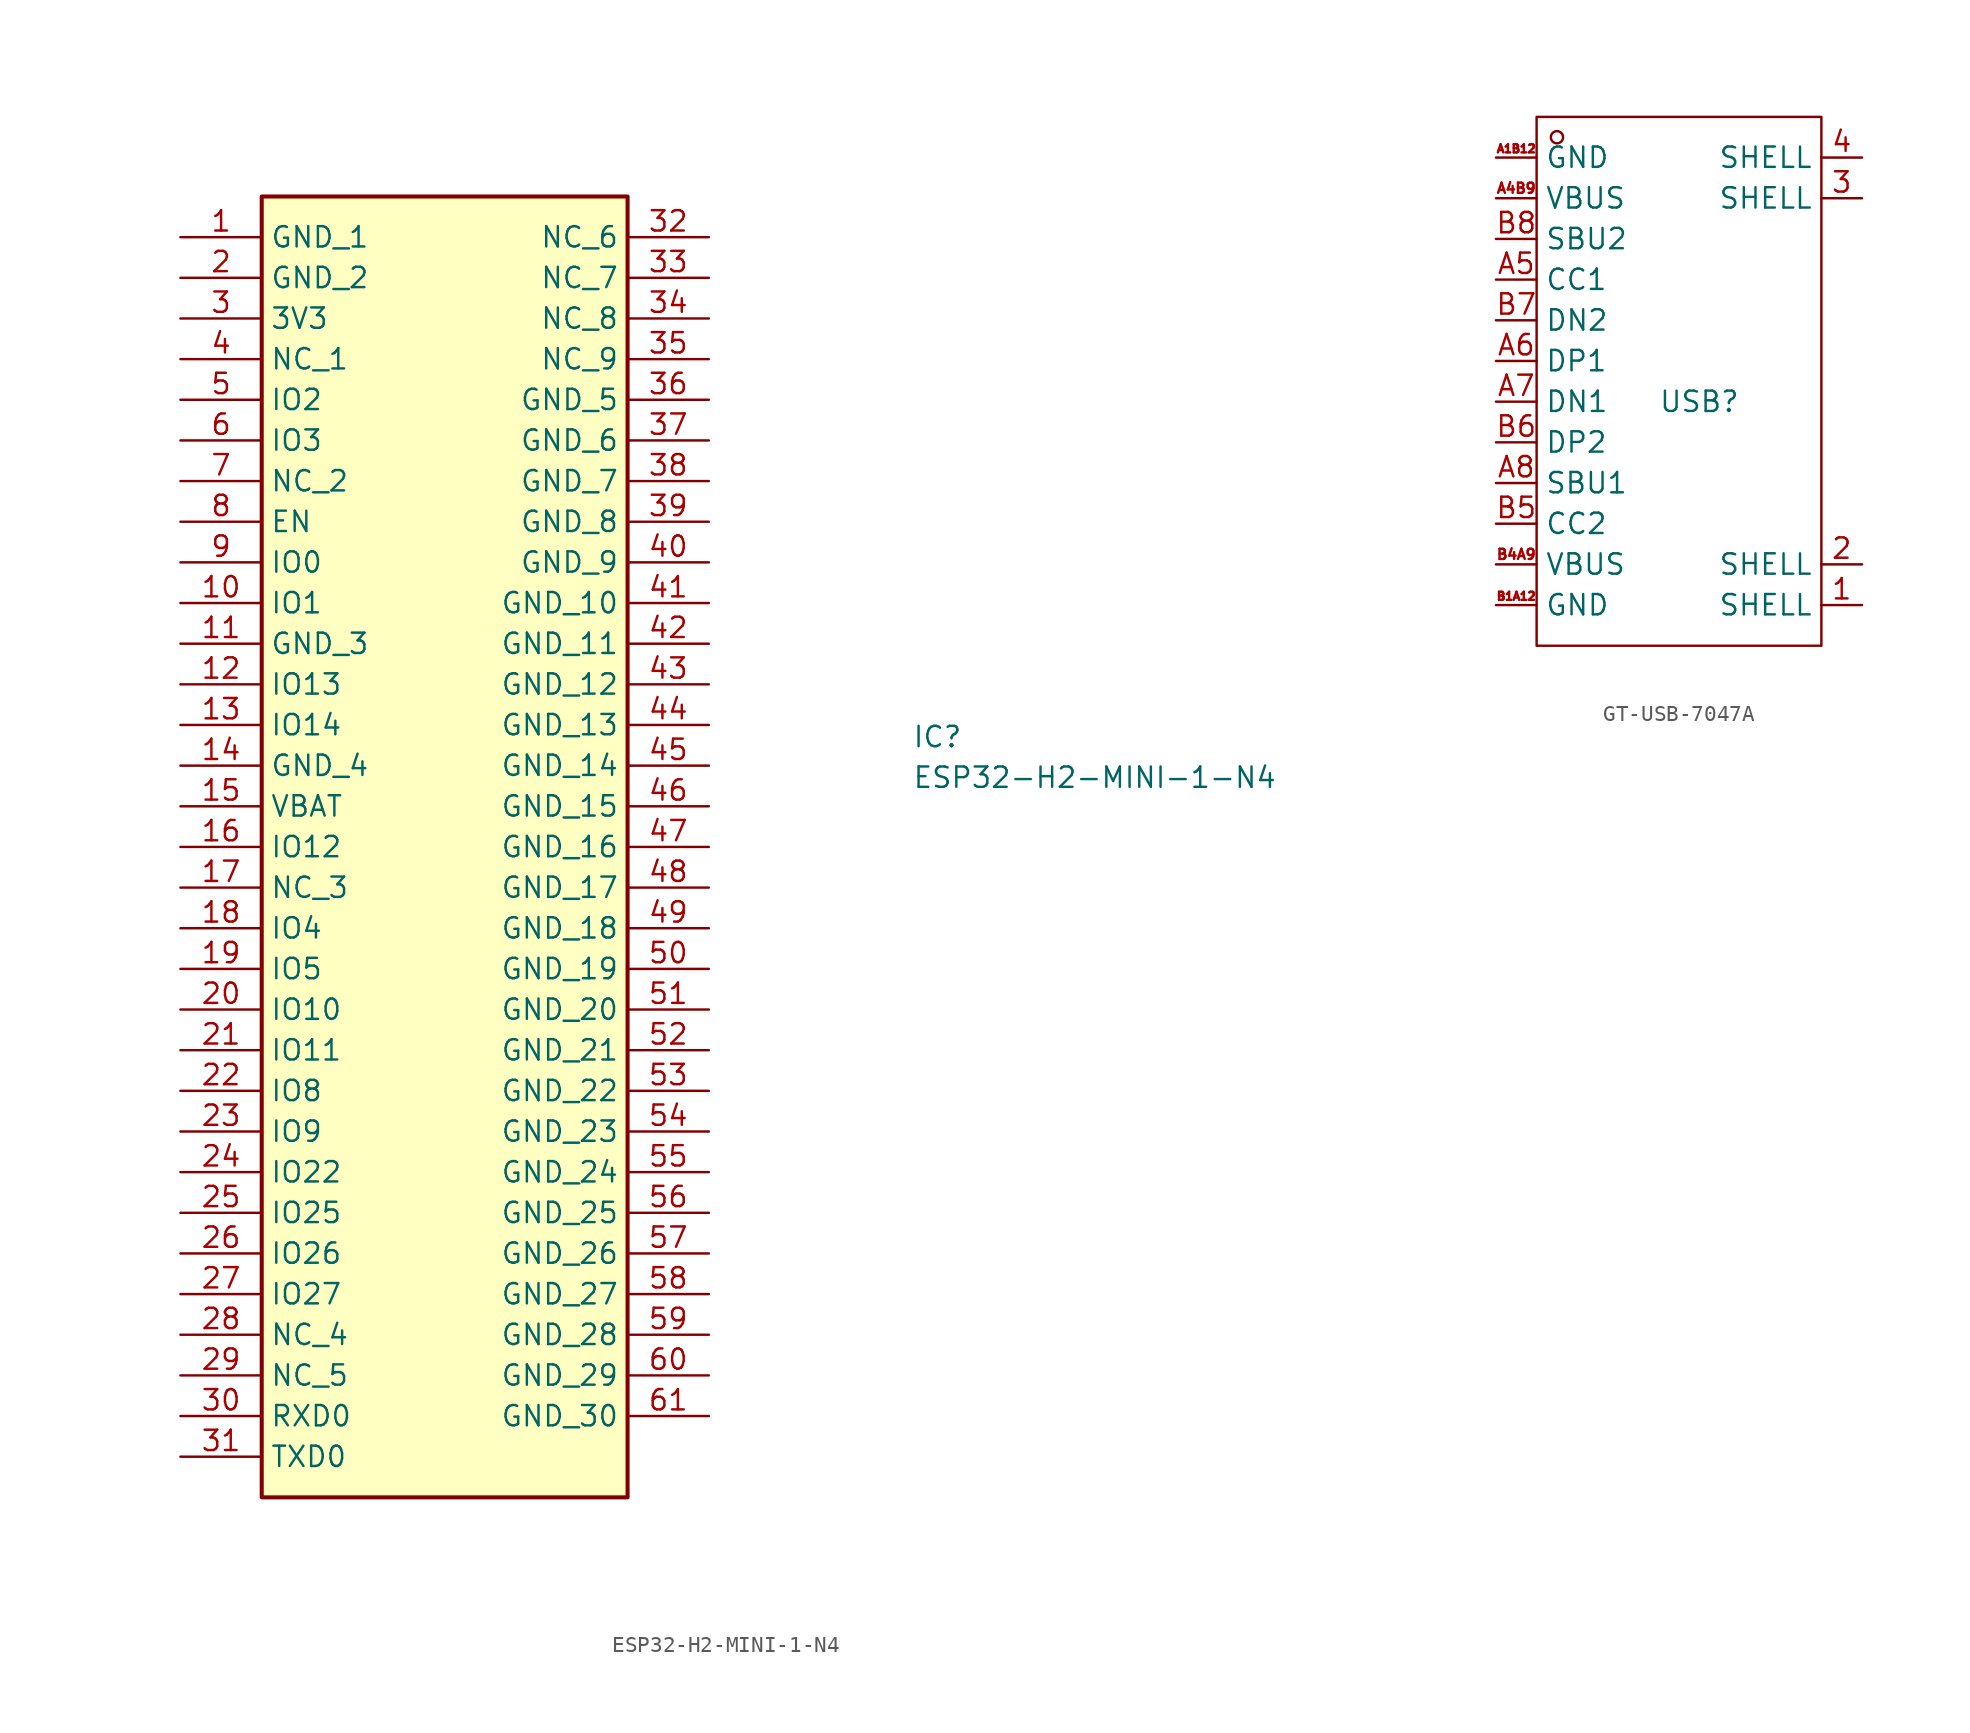
<source format=kicad_sym>
(kicad_symbol_lib
  (version 20241209)
  (generator "kicad_symbol_editor")
  (generator_version "9.0")
  (symbol "ESP32-H2-MINI-1-N4"
    (property "Reference" "IC"
      (at 29.21 7.62 0)
      (effects (font (size 1.27 1.27)) (justify left top)))
    (property "Value" "ESP32-H2-MINI-1-N4"
      (at 29.21 5.08 0)
      (effects (font (size 1.27 1.27)) (justify left top)))
    (symbol "ESP32-H2-MINI-1-N4_1_1"
      (rectangle (start -11.43 40.64) (end 11.43 -40.64) (stroke (width 0.254) (type default)) (fill (type background)))
      (pin passive line (at -16.51 38.1 0) (length 5.08) (name "GND_1" (effects (font (size 1.27 1.27)))) (number "1" (effects (font (size 1.27 1.27)))))
      (pin passive line (at -16.51 35.56 0) (length 5.08) (name "GND_2" (effects (font (size 1.27 1.27)))) (number "2" (effects (font (size 1.27 1.27)))))
      (pin passive line (at -16.51 33.02 0) (length 5.08) (name "3V3" (effects (font (size 1.27 1.27)))) (number "3" (effects (font (size 1.27 1.27)))))
      (pin passive line (at -16.51 30.48 0) (length 5.08) (name "NC_1" (effects (font (size 1.27 1.27)))) (number "4" (effects (font (size 1.27 1.27)))))
      (pin passive line (at -16.51 27.94 0) (length 5.08) (name "IO2" (effects (font (size 1.27 1.27)))) (number "5" (effects (font (size 1.27 1.27)))))
      (pin passive line (at -16.51 25.4 0) (length 5.08) (name "IO3" (effects (font (size 1.27 1.27)))) (number "6" (effects (font (size 1.27 1.27)))))
      (pin passive line (at -16.51 22.86 0) (length 5.08) (name "NC_2" (effects (font (size 1.27 1.27)))) (number "7" (effects (font (size 1.27 1.27)))))
      (pin passive line (at -16.51 20.32 0) (length 5.08) (name "EN" (effects (font (size 1.27 1.27)))) (number "8" (effects (font (size 1.27 1.27)))))
      (pin passive line (at -16.51 17.78 0) (length 5.08) (name "IO0" (effects (font (size 1.27 1.27)))) (number "9" (effects (font (size 1.27 1.27)))))
      (pin passive line (at -16.51 15.24 0) (length 5.08) (name "IO1" (effects (font (size 1.27 1.27)))) (number "10" (effects (font (size 1.27 1.27)))))
      (pin passive line (at -16.51 12.7 0) (length 5.08) (name "GND_3" (effects (font (size 1.27 1.27)))) (number "11" (effects (font (size 1.27 1.27)))))
      (pin passive line (at -16.51 10.16 0) (length 5.08) (name "IO13" (effects (font (size 1.27 1.27)))) (number "12" (effects (font (size 1.27 1.27)))))
      (pin passive line (at -16.51 7.62 0) (length 5.08) (name "IO14" (effects (font (size 1.27 1.27)))) (number "13" (effects (font (size 1.27 1.27)))))
      (pin passive line (at -16.51 5.08 0) (length 5.08) (name "GND_4" (effects (font (size 1.27 1.27)))) (number "14" (effects (font (size 1.27 1.27)))))
      (pin passive line (at -16.51 2.54 0) (length 5.08) (name "VBAT" (effects (font (size 1.27 1.27)))) (number "15" (effects (font (size 1.27 1.27)))))
      (pin passive line (at -16.51 0 0) (length 5.08) (name "IO12" (effects (font (size 1.27 1.27)))) (number "16" (effects (font (size 1.27 1.27)))))
      (pin passive line (at -16.51 -2.54 0) (length 5.08) (name "NC_3" (effects (font (size 1.27 1.27)))) (number "17" (effects (font (size 1.27 1.27)))))
      (pin passive line (at -16.51 -5.08 0) (length 5.08) (name "IO4" (effects (font (size 1.27 1.27)))) (number "18" (effects (font (size 1.27 1.27)))))
      (pin passive line (at -16.51 -7.62 0) (length 5.08) (name "IO5" (effects (font (size 1.27 1.27)))) (number "19" (effects (font (size 1.27 1.27)))))
      (pin passive line (at -16.51 -10.16 0) (length 5.08) (name "IO10" (effects (font (size 1.27 1.27)))) (number "20" (effects (font (size 1.27 1.27)))))
      (pin passive line (at -16.51 -12.7 0) (length 5.08) (name "IO11" (effects (font (size 1.27 1.27)))) (number "21" (effects (font (size 1.27 1.27)))))
      (pin passive line (at -16.51 -15.24 0) (length 5.08) (name "IO8" (effects (font (size 1.27 1.27)))) (number "22" (effects (font (size 1.27 1.27)))))
      (pin passive line (at -16.51 -17.78 0) (length 5.08) (name "IO9" (effects (font (size 1.27 1.27)))) (number "23" (effects (font (size 1.27 1.27)))))
      (pin passive line (at -16.51 -20.32 0) (length 5.08) (name "IO22" (effects (font (size 1.27 1.27)))) (number "24" (effects (font (size 1.27 1.27)))))
      (pin passive line (at -16.51 -22.86 0) (length 5.08) (name "IO25" (effects (font (size 1.27 1.27)))) (number "25" (effects (font (size 1.27 1.27)))))
      (pin passive line (at -16.51 -25.4 0) (length 5.08) (name "IO26" (effects (font (size 1.27 1.27)))) (number "26" (effects (font (size 1.27 1.27)))))
      (pin passive line (at -16.51 -27.94 0) (length 5.08) (name "IO27" (effects (font (size 1.27 1.27)))) (number "27" (effects (font (size 1.27 1.27)))))
      (pin passive line (at -16.51 -30.48 0) (length 5.08) (name "NC_4" (effects (font (size 1.27 1.27)))) (number "28" (effects (font (size 1.27 1.27)))))
      (pin passive line (at -16.51 -33.02 0) (length 5.08) (name "NC_5" (effects (font (size 1.27 1.27)))) (number "29" (effects (font (size 1.27 1.27)))))
      (pin passive line (at -16.51 -35.56 0) (length 5.08) (name "RXD0" (effects (font (size 1.27 1.27)))) (number "30" (effects (font (size 1.27 1.27)))))
      (pin passive line (at -16.51 -38.1 0) (length 5.08) (name "TXD0" (effects (font (size 1.27 1.27)))) (number "31" (effects (font (size 1.27 1.27)))))
      (pin passive line (at 16.51 38.1 180) (length 5.08) (name "NC_6" (effects (font (size 1.27 1.27)))) (number "32" (effects (font (size 1.27 1.27)))))
      (pin passive line (at 16.51 35.56 180) (length 5.08) (name "NC_7" (effects (font (size 1.27 1.27)))) (number "33" (effects (font (size 1.27 1.27)))))
      (pin passive line (at 16.51 33.02 180) (length 5.08) (name "NC_8" (effects (font (size 1.27 1.27)))) (number "34" (effects (font (size 1.27 1.27)))))
      (pin passive line (at 16.51 30.48 180) (length 5.08) (name "NC_9" (effects (font (size 1.27 1.27)))) (number "35" (effects (font (size 1.27 1.27)))))
      (pin passive line (at 16.51 27.94 180) (length 5.08) (name "GND_5" (effects (font (size 1.27 1.27)))) (number "36" (effects (font (size 1.27 1.27)))))
      (pin passive line (at 16.51 25.4 180) (length 5.08) (name "GND_6" (effects (font (size 1.27 1.27)))) (number "37" (effects (font (size 1.27 1.27)))))
      (pin passive line (at 16.51 22.86 180) (length 5.08) (name "GND_7" (effects (font (size 1.27 1.27)))) (number "38" (effects (font (size 1.27 1.27)))))
      (pin passive line (at 16.51 20.32 180) (length 5.08) (name "GND_8" (effects (font (size 1.27 1.27)))) (number "39" (effects (font (size 1.27 1.27)))))
      (pin passive line (at 16.51 17.78 180) (length 5.08) (name "GND_9" (effects (font (size 1.27 1.27)))) (number "40" (effects (font (size 1.27 1.27)))))
      (pin passive line (at 16.51 15.24 180) (length 5.08) (name "GND_10" (effects (font (size 1.27 1.27)))) (number "41" (effects (font (size 1.27 1.27)))))
      (pin passive line (at 16.51 12.7 180) (length 5.08) (name "GND_11" (effects (font (size 1.27 1.27)))) (number "42" (effects (font (size 1.27 1.27)))))
      (pin passive line (at 16.51 10.16 180) (length 5.08) (name "GND_12" (effects (font (size 1.27 1.27)))) (number "43" (effects (font (size 1.27 1.27)))))
      (pin passive line (at 16.51 7.62 180) (length 5.08) (name "GND_13" (effects (font (size 1.27 1.27)))) (number "44" (effects (font (size 1.27 1.27)))))
      (pin passive line (at 16.51 5.08 180) (length 5.08) (name "GND_14" (effects (font (size 1.27 1.27)))) (number "45" (effects (font (size 1.27 1.27)))))
      (pin passive line (at 16.51 2.54 180) (length 5.08) (name "GND_15" (effects (font (size 1.27 1.27)))) (number "46" (effects (font (size 1.27 1.27)))))
      (pin passive line (at 16.51 0 180) (length 5.08) (name "GND_16" (effects (font (size 1.27 1.27)))) (number "47" (effects (font (size 1.27 1.27)))))
      (pin passive line (at 16.51 -2.54 180) (length 5.08) (name "GND_17" (effects (font (size 1.27 1.27)))) (number "48" (effects (font (size 1.27 1.27)))))
      (pin passive line (at 16.51 -5.08 180) (length 5.08) (name "GND_18" (effects (font (size 1.27 1.27)))) (number "49" (effects (font (size 1.27 1.27)))))
      (pin passive line (at 16.51 -7.62 180) (length 5.08) (name "GND_19" (effects (font (size 1.27 1.27)))) (number "50" (effects (font (size 1.27 1.27)))))
      (pin passive line (at 16.51 -10.16 180) (length 5.08) (name "GND_20" (effects (font (size 1.27 1.27)))) (number "51" (effects (font (size 1.27 1.27)))))
      (pin passive line (at 16.51 -12.7 180) (length 5.08) (name "GND_21" (effects (font (size 1.27 1.27)))) (number "52" (effects (font (size 1.27 1.27)))))
      (pin passive line (at 16.51 -15.24 180) (length 5.08) (name "GND_22" (effects (font (size 1.27 1.27)))) (number "53" (effects (font (size 1.27 1.27)))))
      (pin passive line (at 16.51 -17.78 180) (length 5.08) (name "GND_23" (effects (font (size 1.27 1.27)))) (number "54" (effects (font (size 1.27 1.27)))))
      (pin passive line (at 16.51 -20.32 180) (length 5.08) (name "GND_24" (effects (font (size 1.27 1.27)))) (number "55" (effects (font (size 1.27 1.27)))))
      (pin passive line (at 16.51 -22.86 180) (length 5.08) (name "GND_25" (effects (font (size 1.27 1.27)))) (number "56" (effects (font (size 1.27 1.27)))))
      (pin passive line (at 16.51 -25.4 180) (length 5.08) (name "GND_26" (effects (font (size 1.27 1.27)))) (number "57" (effects (font (size 1.27 1.27)))))
      (pin passive line (at 16.51 -27.94 180) (length 5.08) (name "GND_27" (effects (font (size 1.27 1.27)))) (number "58" (effects (font (size 1.27 1.27)))))
      (pin passive line (at 16.51 -30.48 180) (length 5.08) (name "GND_28" (effects (font (size 1.27 1.27)))) (number "59" (effects (font (size 1.27 1.27)))))
      (pin passive line (at 16.51 -33.02 180) (length 5.08) (name "GND_29" (effects (font (size 1.27 1.27)))) (number "60" (effects (font (size 1.27 1.27)))))
      (pin passive line (at 16.51 -35.56 180) (length 5.08) (name "GND_30" (effects (font (size 1.27 1.27)))) (number "61" (effects (font (size 1.27 1.27)))))))
  (symbol "GT-USB-7047A"
    (property "Reference" "USB"
      (at 0 0 0)
      (effects (font (size 1.27 1.27))))
    (property "Value" ""
      (at 0 0 0)
      (effects (font (size 1.27 1.27))))
    (symbol "GT-USB-7047A_1_0"
      (rectangle (start -10.16 -15.24) (end 7.62 17.78) (stroke (width 0) (type default)) (fill (type none)))
      (circle (center -8.89 16.51) (radius 0.381) (stroke (width 0) (type default)) (fill (type none)))
      (pin unspecified line (at -12.7 15.24 0) (length 2.54) (name "GND" (effects (font (size 1.27 1.27)))) (number "A1B12" (effects (font (size 0.508 0.508)))))
      (pin unspecified line (at -12.7 12.7 0) (length 2.54) (name "VBUS" (effects (font (size 1.27 1.27)))) (number "A4B9" (effects (font (size 0.635 0.635)))))
      (pin unspecified line (at -12.7 10.16 0) (length 2.54) (name "SBU2" (effects (font (size 1.27 1.27)))) (number "B8" (effects (font (size 1.27 1.27)))))
      (pin unspecified line (at -12.7 7.62 0) (length 2.54) (name "CC1" (effects (font (size 1.27 1.27)))) (number "A5" (effects (font (size 1.27 1.27)))))
      (pin unspecified line (at -12.7 5.08 0) (length 2.54) (name "DN2" (effects (font (size 1.27 1.27)))) (number "B7" (effects (font (size 1.27 1.27)))))
      (pin unspecified line (at -12.7 2.54 0) (length 2.54) (name "DP1" (effects (font (size 1.27 1.27)))) (number "A6" (effects (font (size 1.27 1.27)))))
      (pin unspecified line (at -12.7 0 0) (length 2.54) (name "DN1" (effects (font (size 1.27 1.27)))) (number "A7" (effects (font (size 1.27 1.27)))))
      (pin unspecified line (at -12.7 -2.54 0) (length 2.54) (name "DP2" (effects (font (size 1.27 1.27)))) (number "B6" (effects (font (size 1.27 1.27)))))
      (pin unspecified line (at -12.7 -5.08 0) (length 2.54) (name "SBU1" (effects (font (size 1.27 1.27)))) (number "A8" (effects (font (size 1.27 1.27)))))
      (pin unspecified line (at -12.7 -7.62 0) (length 2.54) (name "CC2" (effects (font (size 1.27 1.27)))) (number "B5" (effects (font (size 1.27 1.27)))))
      (pin unspecified line (at -12.7 -10.16 0) (length 2.54) (name "VBUS" (effects (font (size 1.27 1.27)))) (number "B4A9" (effects (font (size 0.635 0.635)))))
      (pin unspecified line (at -12.7 -12.7 0) (length 2.54) (name "GND" (effects (font (size 1.27 1.27)))) (number "B1A12" (effects (font (size 0.508 0.508)))))
      (pin unspecified line (at 10.16 15.24 180) (length 2.54) (name "SHELL" (effects (font (size 1.27 1.27)))) (number "4" (effects (font (size 1.27 1.27)))))
      (pin unspecified line (at 10.16 12.7 180) (length 2.54) (name "SHELL" (effects (font (size 1.27 1.27)))) (number "3" (effects (font (size 1.27 1.27)))))
      (pin unspecified line (at 10.16 -10.16 180) (length 2.54) (name "SHELL" (effects (font (size 1.27 1.27)))) (number "2" (effects (font (size 1.27 1.27)))))
      (pin unspecified line (at 10.16 -12.7 180) (length 2.54) (name "SHELL" (effects (font (size 1.27 1.27)))) (number "1" (effects (font (size 1.27 1.27))))))))
</source>
